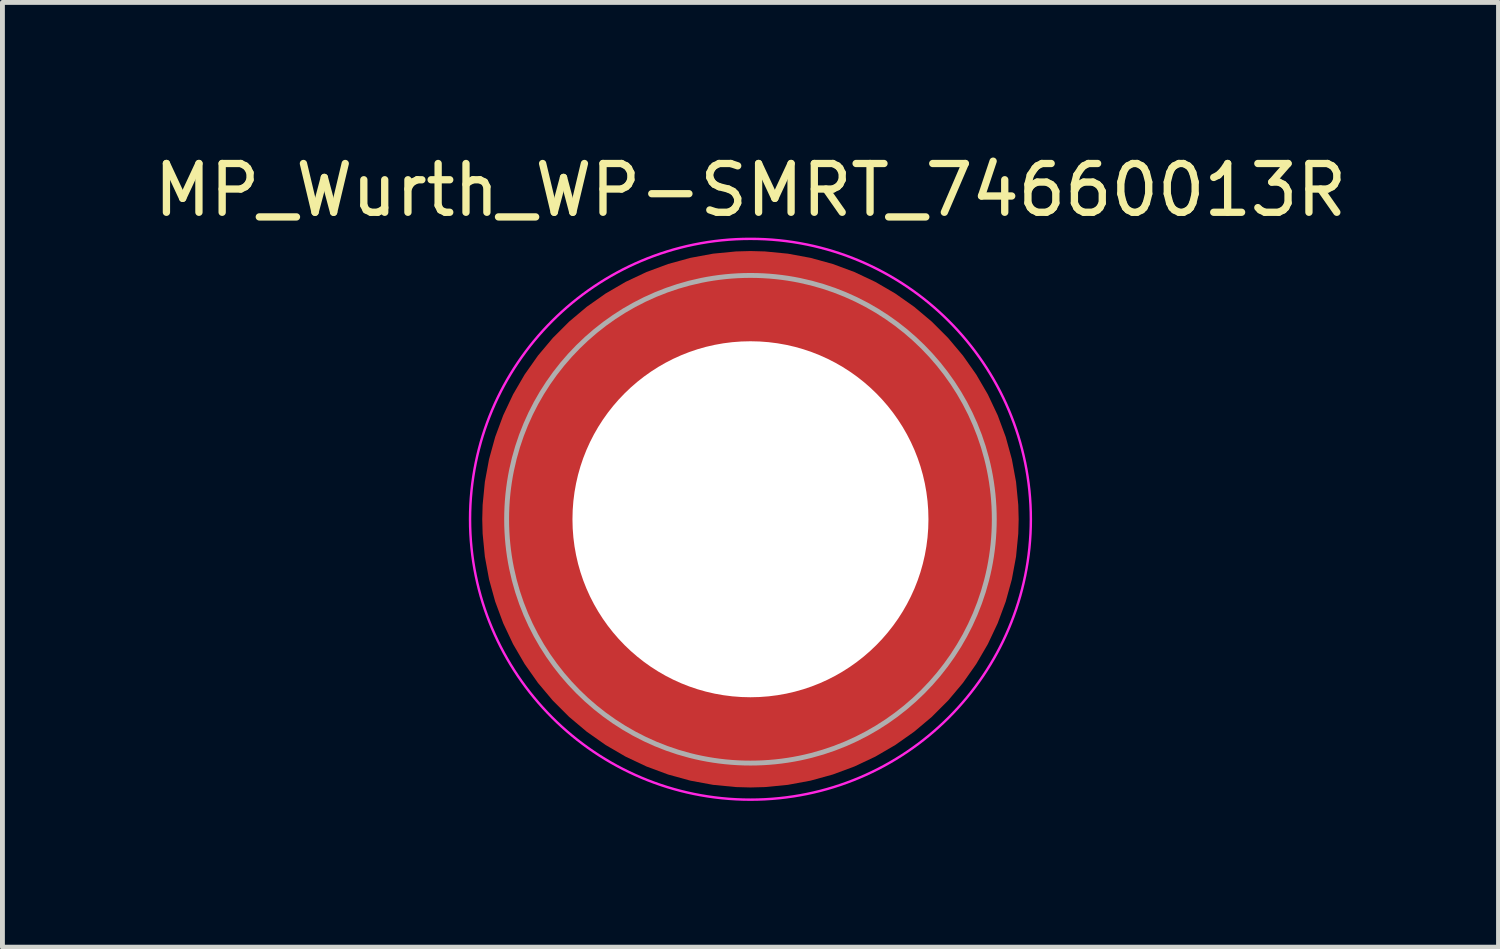
<source format=kicad_pcb>
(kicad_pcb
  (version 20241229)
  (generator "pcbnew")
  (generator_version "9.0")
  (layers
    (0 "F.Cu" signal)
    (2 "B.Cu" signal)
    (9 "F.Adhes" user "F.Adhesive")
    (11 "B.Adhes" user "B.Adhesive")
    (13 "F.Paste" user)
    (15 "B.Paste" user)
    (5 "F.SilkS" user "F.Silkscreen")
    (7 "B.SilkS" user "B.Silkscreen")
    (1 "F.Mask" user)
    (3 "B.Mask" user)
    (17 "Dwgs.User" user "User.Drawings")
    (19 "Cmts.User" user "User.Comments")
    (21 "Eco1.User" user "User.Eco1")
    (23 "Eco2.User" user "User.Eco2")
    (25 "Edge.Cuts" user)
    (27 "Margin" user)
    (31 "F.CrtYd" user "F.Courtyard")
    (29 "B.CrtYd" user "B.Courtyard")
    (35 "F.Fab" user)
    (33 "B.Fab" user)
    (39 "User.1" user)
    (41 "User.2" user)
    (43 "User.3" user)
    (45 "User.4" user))
  (footprint "MP_Wurth_WP-SMRT_74660013R"
    (layer "F.Cu")
    (at 12.339 7.598)
    (property "Reference" "MP_Wurth_WP-SMRT_74660013R" (at 0 -6.75 0) (unlocked yes) (layer "F.SilkS") (effects (font (size 1 1) (thickness 0.15))))
    (attr smd)
    (fp_poly (pts (xy -5.374 0.495) (xy -3.712 0.495) (xy -3.706 0.54) (xy -3.698 0.587) (xy -3.679 0.701) (xy -3.666 0.761) (xy -3.645 0.859) (xy -3.621 0.955) (xy -3.581 1.094) (xy -3.554 1.179) (xy -3.525 1.264) (xy -3.486 1.367) (xy -3.442 1.474) (xy -3.404 1.559) (xy -3.355 1.665) (xy -3.317 1.739) (xy -3.28 1.807) (xy -3.239 1.881) (xy -3.202 1.943) (xy -3.15 2.025) (xy -3.1 2.1) (xy -3.057 2.164) (xy -3.009 2.228) (xy -3.009 2.228) (xy -2.974 2.277) (xy -2.928 2.336) (xy -2.881 2.392) (xy -2.832 2.451) (xy -2.781 2.507) (xy -2.735 2.559) (xy -2.685 2.61) (xy -2.629 2.665) (xy -2.563 2.731) (xy -2.498 2.789) (xy -2.431 2.849) (xy -2.363 2.905) (xy -2.295 2.96) (xy -2.249 2.994) (xy -2.184 3.042) (xy -2.075 3.118) (xy -2.005 3.162) (xy -2.005 3.162) (xy -1.946 3.201) (xy -1.869 3.245) (xy -1.752 3.31) (xy -1.596 3.386) (xy -1.406 3.472) (xy -1.17 3.557) (xy -0.924 3.63) (xy -0.71 3.677) (xy -0.614 3.694) (xy -0.495 3.712) (xy -0.495 5.381) (xy -0.527 5.38) (xy -0.528 5.38) (xy -0.578 5.374) (xy -0.634 5.367) (xy -0.685 5.361) (xy -0.739 5.354) (xy -0.785 5.348) (xy -0.785 5.348) (xy -0.962 5.318) (xy -0.962 5.318) (xy -1.127 5.286) (xy -1.127 5.286) (xy -1.266 5.254) (xy -1.41 5.218) (xy -1.41 5.218) (xy -1.523 5.186) (xy -1.524 5.186) (xy -1.769 5.107) (xy -1.769 5.107) (xy -1.878 5.068) (xy -1.979 5.03) (xy -1.979 5.03) (xy -2.095 4.983) (xy -2.095 4.983) (xy -2.19 4.94) (xy -2.304 4.891) (xy -2.304 4.89) (xy -2.592 4.743) (xy -2.593 4.743) (xy -2.748 4.652) (xy -2.902 4.559) (xy -2.902 4.559) (xy -3.098 4.43) (xy -3.098 4.43) (xy -3.513 4.104) (xy -3.513 4.104) (xy -3.72 3.923) (xy -3.721 3.922) (xy -4.008 3.627) (xy -4.008 3.627) (xy -4.192 3.411) (xy -4.192 3.411) (xy -4.38 3.172) (xy -4.38 3.172) (xy -4.602 2.839) (xy -4.602 2.838) (xy -4.778 2.531) (xy -4.778 2.531) (xy -4.905 2.271) (xy -4.906 2.271) (xy -5.048 1.942) (xy -5.048 1.942) (xy -5.146 1.662) (xy -5.146 1.661) (xy -5.221 1.405) (xy -5.221 1.405) (xy -5.263 1.233) (xy -5.263 1.233) (xy -5.292 1.1) (xy -5.292 1.1) (xy -5.322 0.945) (xy -5.343 0.834) (xy -5.343 0.834) (xy -5.355 0.725) (xy -5.371 0.616) (xy -5.371 0.615) (xy -5.378 0.537) (xy -5.383 0.49)) (stroke (width 0) (type default)) (fill yes) (layer "F.Paste"))
    (fp_poly (pts (xy -0.495 -5.374) (xy -0.495 -3.712) (xy -0.54 -3.706) (xy -0.587 -3.698) (xy -0.701 -3.679) (xy -0.761 -3.666) (xy -0.859 -3.645) (xy -0.955 -3.621) (xy -1.094 -3.581) (xy -1.179 -3.554) (xy -1.264 -3.525) (xy -1.367 -3.486) (xy -1.474 -3.442) (xy -1.559 -3.404) (xy -1.665 -3.355) (xy -1.739 -3.317) (xy -1.807 -3.28) (xy -1.881 -3.239) (xy -1.943 -3.202) (xy -2.025 -3.15) (xy -2.1 -3.1) (xy -2.164 -3.057) (xy -2.228 -3.009) (xy -2.228 -3.009) (xy -2.277 -2.974) (xy -2.336 -2.928) (xy -2.392 -2.881) (xy -2.451 -2.832) (xy -2.507 -2.781) (xy -2.559 -2.735) (xy -2.61 -2.685) (xy -2.665 -2.629) (xy -2.731 -2.563) (xy -2.789 -2.498) (xy -2.849 -2.431) (xy -2.905 -2.363) (xy -2.96 -2.295) (xy -2.994 -2.249) (xy -3.042 -2.184) (xy -3.118 -2.075) (xy -3.162 -2.005) (xy -3.162 -2.005) (xy -3.201 -1.946) (xy -3.245 -1.869) (xy -3.31 -1.752) (xy -3.386 -1.596) (xy -3.472 -1.406) (xy -3.557 -1.17) (xy -3.63 -0.924) (xy -3.677 -0.71) (xy -3.694 -0.614) (xy -3.712 -0.495) (xy -5.381 -0.495) (xy -5.38 -0.527) (xy -5.38 -0.528) (xy -5.374 -0.578) (xy -5.367 -0.634) (xy -5.361 -0.685) (xy -5.354 -0.739) (xy -5.348 -0.785) (xy -5.348 -0.785) (xy -5.318 -0.962) (xy -5.318 -0.962) (xy -5.286 -1.127) (xy -5.286 -1.127) (xy -5.254 -1.266) (xy -5.218 -1.41) (xy -5.218 -1.41) (xy -5.186 -1.523) (xy -5.186 -1.524) (xy -5.107 -1.769) (xy -5.107 -1.769) (xy -5.068 -1.878) (xy -5.03 -1.979) (xy -5.03 -1.979) (xy -4.983 -2.095) (xy -4.983 -2.095) (xy -4.94 -2.19) (xy -4.891 -2.304) (xy -4.89 -2.304) (xy -4.743 -2.592) (xy -4.743 -2.593) (xy -4.652 -2.748) (xy -4.559 -2.902) (xy -4.559 -2.902) (xy -4.43 -3.098) (xy -4.43 -3.098) (xy -4.104 -3.513) (xy -4.104 -3.513) (xy -3.923 -3.72) (xy -3.922 -3.721) (xy -3.627 -4.008) (xy -3.627 -4.008) (xy -3.411 -4.192) (xy -3.411 -4.192) (xy -3.172 -4.38) (xy -3.172 -4.38) (xy -2.839 -4.602) (xy -2.838 -4.602) (xy -2.531 -4.778) (xy -2.531 -4.778) (xy -2.271 -4.905) (xy -2.271 -4.906) (xy -1.942 -5.048) (xy -1.942 -5.048) (xy -1.662 -5.146) (xy -1.661 -5.146) (xy -1.405 -5.221) (xy -1.405 -5.221) (xy -1.233 -5.263) (xy -1.233 -5.263) (xy -1.1 -5.292) (xy -1.1 -5.292) (xy -0.945 -5.322) (xy -0.834 -5.343) (xy -0.834 -5.343) (xy -0.725 -5.355) (xy -0.616 -5.371) (xy -0.615 -5.371) (xy -0.537 -5.378) (xy -0.49 -5.383)) (stroke (width 0) (type default)) (fill yes) (layer "F.Paste"))
    (fp_poly (pts (xy 0.527 -5.38) (xy 0.528 -5.38) (xy 0.578 -5.374) (xy 0.634 -5.367) (xy 0.685 -5.361) (xy 0.739 -5.354) (xy 0.785 -5.348) (xy 0.785 -5.348) (xy 0.962 -5.318) (xy 0.962 -5.318) (xy 1.127 -5.286) (xy 1.127 -5.286) (xy 1.266 -5.254) (xy 1.41 -5.218) (xy 1.41 -5.218) (xy 1.523 -5.186) (xy 1.524 -5.186) (xy 1.769 -5.107) (xy 1.769 -5.107) (xy 1.878 -5.068) (xy 1.979 -5.03) (xy 1.979 -5.03) (xy 2.095 -4.983) (xy 2.095 -4.983) (xy 2.19 -4.94) (xy 2.304 -4.891) (xy 2.304 -4.89) (xy 2.592 -4.743) (xy 2.593 -4.743) (xy 2.748 -4.652) (xy 2.902 -4.559) (xy 2.902 -4.559) (xy 3.098 -4.43) (xy 3.098 -4.43) (xy 3.513 -4.104) (xy 3.513 -4.104) (xy 3.72 -3.923) (xy 3.721 -3.922) (xy 4.008 -3.627) (xy 4.008 -3.627) (xy 4.192 -3.411) (xy 4.192 -3.411) (xy 4.38 -3.172) (xy 4.38 -3.172) (xy 4.602 -2.839) (xy 4.602 -2.838) (xy 4.778 -2.531) (xy 4.778 -2.531) (xy 4.905 -2.271) (xy 4.906 -2.271) (xy 5.048 -1.942) (xy 5.048 -1.942) (xy 5.146 -1.662) (xy 5.146 -1.661) (xy 5.221 -1.405) (xy 5.221 -1.405) (xy 5.263 -1.233) (xy 5.263 -1.233) (xy 5.292 -1.1) (xy 5.292 -1.1) (xy 5.322 -0.945) (xy 5.343 -0.834) (xy 5.343 -0.834) (xy 5.355 -0.725) (xy 5.371 -0.616) (xy 5.371 -0.615) (xy 5.378 -0.537) (xy 5.383 -0.49) (xy 5.374 -0.495) (xy 3.712 -0.495) (xy 3.706 -0.54) (xy 3.698 -0.587) (xy 3.679 -0.701) (xy 3.666 -0.761) (xy 3.645 -0.859) (xy 3.621 -0.955) (xy 3.581 -1.094) (xy 3.554 -1.179) (xy 3.525 -1.264) (xy 3.486 -1.367) (xy 3.442 -1.474) (xy 3.404 -1.559) (xy 3.355 -1.665) (xy 3.317 -1.739) (xy 3.28 -1.807) (xy 3.239 -1.881) (xy 3.202 -1.943) (xy 3.15 -2.025) (xy 3.1 -2.1) (xy 3.057 -2.164) (xy 3.009 -2.228) (xy 3.009 -2.228) (xy 2.974 -2.277) (xy 2.928 -2.336) (xy 2.881 -2.392) (xy 2.832 -2.451) (xy 2.781 -2.507) (xy 2.735 -2.559) (xy 2.685 -2.61) (xy 2.629 -2.665) (xy 2.563 -2.731) (xy 2.498 -2.789) (xy 2.431 -2.849) (xy 2.363 -2.905) (xy 2.295 -2.96) (xy 2.249 -2.994) (xy 2.184 -3.042) (xy 2.075 -3.118) (xy 2.005 -3.162) (xy 2.005 -3.162) (xy 1.946 -3.201) (xy 1.869 -3.245) (xy 1.752 -3.31) (xy 1.596 -3.386) (xy 1.406 -3.472) (xy 1.17 -3.557) (xy 0.924 -3.63) (xy 0.71 -3.677) (xy 0.614 -3.694) (xy 0.495 -3.712) (xy 0.495 -5.381)) (stroke (width 0) (type default)) (fill yes) (layer "F.Paste"))
    (fp_poly (pts (xy 5.38 0.527) (xy 5.38 0.528) (xy 5.374 0.578) (xy 5.367 0.634) (xy 5.361 0.685) (xy 5.354 0.739) (xy 5.348 0.785) (xy 5.348 0.785) (xy 5.318 0.962) (xy 5.318 0.962) (xy 5.286 1.127) (xy 5.286 1.127) (xy 5.254 1.266) (xy 5.218 1.41) (xy 5.218 1.41) (xy 5.186 1.523) (xy 5.186 1.524) (xy 5.107 1.769) (xy 5.107 1.769) (xy 5.068 1.878) (xy 5.03 1.979) (xy 5.03 1.979) (xy 4.983 2.095) (xy 4.983 2.095) (xy 4.94 2.19) (xy 4.891 2.304) (xy 4.89 2.304) (xy 4.743 2.592) (xy 4.743 2.593) (xy 4.652 2.748) (xy 4.559 2.902) (xy 4.559 2.902) (xy 4.43 3.098) (xy 4.43 3.098) (xy 4.104 3.513) (xy 4.104 3.513) (xy 3.923 3.72) (xy 3.922 3.721) (xy 3.627 4.008) (xy 3.627 4.008) (xy 3.411 4.192) (xy 3.411 4.192) (xy 3.172 4.38) (xy 3.172 4.38) (xy 2.839 4.602) (xy 2.838 4.602) (xy 2.531 4.778) (xy 2.531 4.778) (xy 2.271 4.905) (xy 2.271 4.906) (xy 1.942 5.048) (xy 1.942 5.048) (xy 1.662 5.146) (xy 1.661 5.146) (xy 1.405 5.221) (xy 1.405 5.221) (xy 1.233 5.263) (xy 1.233 5.263) (xy 1.1 5.292) (xy 1.1 5.292) (xy 0.945 5.322) (xy 0.834 5.343) (xy 0.834 5.343) (xy 0.725 5.355) (xy 0.616 5.371) (xy 0.615 5.371) (xy 0.537 5.378) (xy 0.49 5.383) (xy 0.495 5.374) (xy 0.495 3.712) (xy 0.54 3.706) (xy 0.587 3.698) (xy 0.701 3.679) (xy 0.761 3.666) (xy 0.859 3.645) (xy 0.955 3.621) (xy 1.094 3.581) (xy 1.179 3.554) (xy 1.264 3.525) (xy 1.367 3.486) (xy 1.474 3.442) (xy 1.559 3.404) (xy 1.665 3.355) (xy 1.739 3.317) (xy 1.807 3.28) (xy 1.881 3.239) (xy 1.943 3.202) (xy 2.025 3.15) (xy 2.1 3.1) (xy 2.164 3.057) (xy 2.228 3.009) (xy 2.228 3.009) (xy 2.277 2.974) (xy 2.336 2.928) (xy 2.392 2.881) (xy 2.451 2.832) (xy 2.507 2.781) (xy 2.559 2.735) (xy 2.61 2.685) (xy 2.665 2.629) (xy 2.731 2.563) (xy 2.789 2.498) (xy 2.849 2.431) (xy 2.905 2.363) (xy 2.96 2.295) (xy 2.994 2.249) (xy 3.042 2.184) (xy 3.118 2.075) (xy 3.162 2.005) (xy 3.162 2.005) (xy 3.201 1.946) (xy 3.245 1.869) (xy 3.31 1.752) (xy 3.386 1.596) (xy 3.472 1.406) (xy 3.557 1.17) (xy 3.63 0.924) (xy 3.677 0.71) (xy 3.694 0.614) (xy 3.712 0.495) (xy 5.381 0.495)) (stroke (width 0) (type default)) (fill yes) (layer "F.Paste"))
    (fp_circle (center 0 0) (end 5.75 0) (stroke (width 0.05) (type solid)) (fill no) (layer "F.CrtYd"))
    (fp_circle (center 0 0) (end 5 0) (stroke (width 0.1) (type solid)) (fill no) (layer "F.Fab"))
    (pad "" np_thru_hole circle (at 0 0) (size 7.3 7.3) (drill 7.3) (layers "*.Cu" "*.Mask"))
    (pad "1" smd roundrect (at 0 0) (size 11 11) (layers "F.Cu" "F.Mask") (roundrect_rratio 0.5)))
  (gr_rect
    (start -3 -3)
    (end 27.679 16.373)
    (stroke (width 0.1) (type default))
    (fill no)
    (layer "Edge.Cuts")))
</source>
